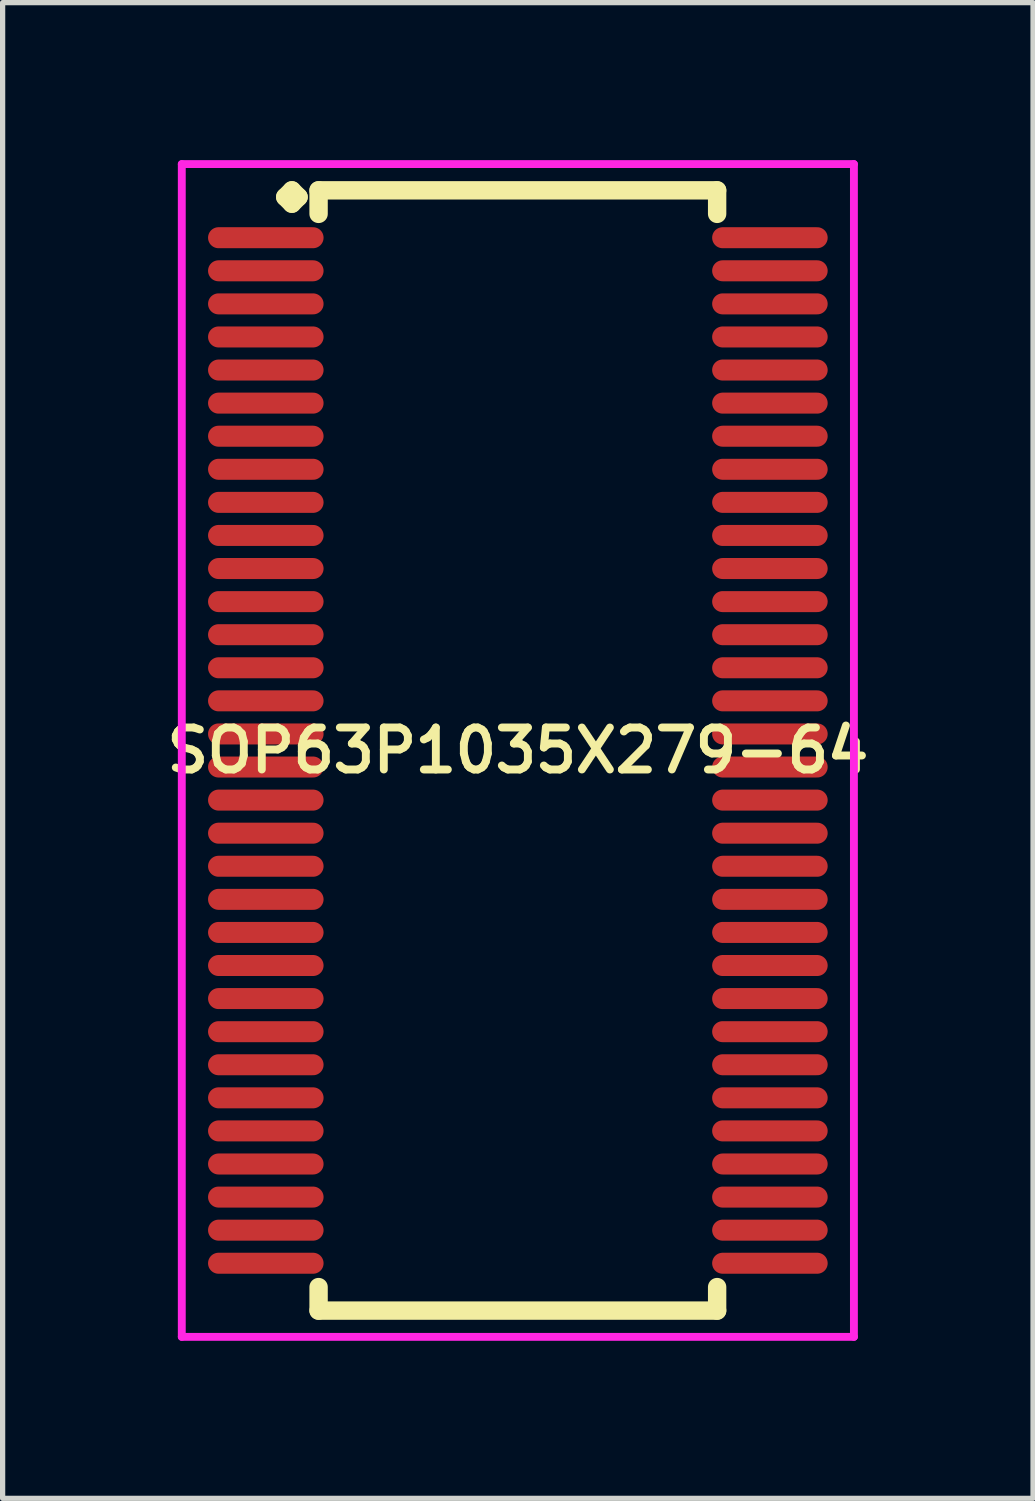
<source format=kicad_pcb>
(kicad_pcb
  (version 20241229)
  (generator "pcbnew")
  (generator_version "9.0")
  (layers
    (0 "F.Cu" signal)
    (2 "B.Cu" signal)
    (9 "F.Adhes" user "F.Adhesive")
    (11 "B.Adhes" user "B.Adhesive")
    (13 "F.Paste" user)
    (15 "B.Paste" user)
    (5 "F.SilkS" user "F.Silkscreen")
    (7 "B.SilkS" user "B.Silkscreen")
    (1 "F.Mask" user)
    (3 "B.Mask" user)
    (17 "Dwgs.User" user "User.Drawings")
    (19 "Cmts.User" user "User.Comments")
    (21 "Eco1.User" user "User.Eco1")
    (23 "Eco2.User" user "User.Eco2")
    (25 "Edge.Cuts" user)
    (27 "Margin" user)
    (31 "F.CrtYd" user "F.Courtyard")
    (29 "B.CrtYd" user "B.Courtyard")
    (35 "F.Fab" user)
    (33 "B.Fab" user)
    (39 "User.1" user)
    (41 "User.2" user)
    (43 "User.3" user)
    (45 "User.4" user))
  (footprint "SOP63P1035X279-64"
    (layer "F.Cu")
    (at 6.812 11.242)
    (property "Reference" "SOP63P1035X279-64" (at 0 0 0) (layer "F.SilkS") (effects (font (size 0.8 0.8) (thickness 0.15))))
    (attr through_hole)
    (fp_line (start -4.43 -10.54) (end -4.303 -10.667) (stroke (width 0.35) (type solid)) (layer "F.SilkS"))
    (fp_line (start -4.303 -10.667) (end -4.176 -10.54) (stroke (width 0.35) (type solid)) (layer "F.SilkS"))
    (fp_line (start -4.303 -10.413) (end -4.43 -10.54) (stroke (width 0.35) (type solid)) (layer "F.SilkS"))
    (fp_line (start -4.176 -10.54) (end -4.303 -10.413) (stroke (width 0.35) (type solid)) (layer "F.SilkS"))
    (fp_line (start -3.795 -10.667) (end 3.795 -10.667) (stroke (width 0.35) (type solid)) (layer "F.SilkS"))
    (fp_line (start -3.795 -10.219) (end -3.795 -10.667) (stroke (width 0.35) (type solid)) (layer "F.SilkS"))
    (fp_line (start -3.795 10.219) (end -3.795 10.667) (stroke (width 0.35) (type solid)) (layer "F.SilkS"))
    (fp_line (start -3.795 10.667) (end 3.795 10.667) (stroke (width 0.35) (type solid)) (layer "F.SilkS"))
    (fp_line (start 3.795 -10.667) (end 3.795 -10.219) (stroke (width 0.35) (type solid)) (layer "F.SilkS"))
    (fp_line (start 3.795 10.667) (end 3.795 10.219) (stroke (width 0.35) (type solid)) (layer "F.SilkS"))
    (fp_line (start -6.4 -11.167) (end 6.4 -11.167) (stroke (width 0.15) (type solid)) (layer "F.CrtYd"))
    (fp_line (start -6.4 11.167) (end -6.4 -11.167) (stroke (width 0.15) (type solid)) (layer "F.CrtYd"))
    (fp_line (start 6.4 -11.167) (end 6.4 11.167) (stroke (width 0.15) (type solid)) (layer "F.CrtYd"))
    (fp_line (start 6.4 11.167) (end -6.4 11.167) (stroke (width 0.15) (type solid)) (layer "F.CrtYd"))
    (pad "1" smd oval (at -4.8 -9.765) (size 2.2 0.4) (layers "F.Cu" "F.Mask" "F.Paste"))
    (pad "2" smd oval (at -4.8 -9.135) (size 2.2 0.4) (layers "F.Cu" "F.Mask" "F.Paste"))
    (pad "3" smd oval (at -4.8 -8.505) (size 2.2 0.4) (layers "F.Cu" "F.Mask" "F.Paste"))
    (pad "4" smd oval (at -4.8 -7.875) (size 2.2 0.4) (layers "F.Cu" "F.Mask" "F.Paste"))
    (pad "5" smd oval (at -4.8 -7.245) (size 2.2 0.4) (layers "F.Cu" "F.Mask" "F.Paste"))
    (pad "6" smd oval (at -4.8 -6.615) (size 2.2 0.4) (layers "F.Cu" "F.Mask" "F.Paste"))
    (pad "7" smd oval (at -4.8 -5.985) (size 2.2 0.4) (layers "F.Cu" "F.Mask" "F.Paste"))
    (pad "8" smd oval (at -4.8 -5.355) (size 2.2 0.4) (layers "F.Cu" "F.Mask" "F.Paste"))
    (pad "9" smd oval (at -4.8 -4.725) (size 2.2 0.4) (layers "F.Cu" "F.Mask" "F.Paste"))
    (pad "10" smd oval (at -4.8 -4.095) (size 2.2 0.4) (layers "F.Cu" "F.Mask" "F.Paste"))
    (pad "11" smd oval (at -4.8 -3.465) (size 2.2 0.4) (layers "F.Cu" "F.Mask" "F.Paste"))
    (pad "12" smd oval (at -4.8 -2.835) (size 2.2 0.4) (layers "F.Cu" "F.Mask" "F.Paste"))
    (pad "13" smd oval (at -4.8 -2.205) (size 2.2 0.4) (layers "F.Cu" "F.Mask" "F.Paste"))
    (pad "14" smd oval (at -4.8 -1.575) (size 2.2 0.4) (layers "F.Cu" "F.Mask" "F.Paste"))
    (pad "15" smd oval (at -4.8 -0.945) (size 2.2 0.4) (layers "F.Cu" "F.Mask" "F.Paste"))
    (pad "16" smd oval (at -4.8 -0.315) (size 2.2 0.4) (layers "F.Cu" "F.Mask" "F.Paste"))
    (pad "17" smd oval (at -4.8 0.315) (size 2.2 0.4) (layers "F.Cu" "F.Mask" "F.Paste"))
    (pad "18" smd oval (at -4.8 0.945) (size 2.2 0.4) (layers "F.Cu" "F.Mask" "F.Paste"))
    (pad "19" smd oval (at -4.8 1.575) (size 2.2 0.4) (layers "F.Cu" "F.Mask" "F.Paste"))
    (pad "20" smd oval (at -4.8 2.205) (size 2.2 0.4) (layers "F.Cu" "F.Mask" "F.Paste"))
    (pad "21" smd oval (at -4.8 2.835) (size 2.2 0.4) (layers "F.Cu" "F.Mask" "F.Paste"))
    (pad "22" smd oval (at -4.8 3.465) (size 2.2 0.4) (layers "F.Cu" "F.Mask" "F.Paste"))
    (pad "23" smd oval (at -4.8 4.095) (size 2.2 0.4) (layers "F.Cu" "F.Mask" "F.Paste"))
    (pad "24" smd oval (at -4.8 4.725) (size 2.2 0.4) (layers "F.Cu" "F.Mask" "F.Paste"))
    (pad "25" smd oval (at -4.8 5.355) (size 2.2 0.4) (layers "F.Cu" "F.Mask" "F.Paste"))
    (pad "26" smd oval (at -4.8 5.985) (size 2.2 0.4) (layers "F.Cu" "F.Mask" "F.Paste"))
    (pad "27" smd oval (at -4.8 6.615) (size 2.2 0.4) (layers "F.Cu" "F.Mask" "F.Paste"))
    (pad "28" smd oval (at -4.8 7.245) (size 2.2 0.4) (layers "F.Cu" "F.Mask" "F.Paste"))
    (pad "29" smd oval (at -4.8 7.875) (size 2.2 0.4) (layers "F.Cu" "F.Mask" "F.Paste"))
    (pad "30" smd oval (at -4.8 8.505) (size 2.2 0.4) (layers "F.Cu" "F.Mask" "F.Paste"))
    (pad "31" smd oval (at -4.8 9.135) (size 2.2 0.4) (layers "F.Cu" "F.Mask" "F.Paste"))
    (pad "32" smd oval (at -4.8 9.765) (size 2.2 0.4) (layers "F.Cu" "F.Mask" "F.Paste"))
    (pad "33" smd oval (at 4.8 9.765) (size 2.2 0.4) (layers "F.Cu" "F.Mask" "F.Paste"))
    (pad "34" smd oval (at 4.8 9.135) (size 2.2 0.4) (layers "F.Cu" "F.Mask" "F.Paste"))
    (pad "35" smd oval (at 4.8 8.505) (size 2.2 0.4) (layers "F.Cu" "F.Mask" "F.Paste"))
    (pad "36" smd oval (at 4.8 7.875) (size 2.2 0.4) (layers "F.Cu" "F.Mask" "F.Paste"))
    (pad "37" smd oval (at 4.8 7.245) (size 2.2 0.4) (layers "F.Cu" "F.Mask" "F.Paste"))
    (pad "38" smd oval (at 4.8 6.615) (size 2.2 0.4) (layers "F.Cu" "F.Mask" "F.Paste"))
    (pad "39" smd oval (at 4.8 5.985) (size 2.2 0.4) (layers "F.Cu" "F.Mask" "F.Paste"))
    (pad "40" smd oval (at 4.8 5.355) (size 2.2 0.4) (layers "F.Cu" "F.Mask" "F.Paste"))
    (pad "41" smd oval (at 4.8 4.725) (size 2.2 0.4) (layers "F.Cu" "F.Mask" "F.Paste"))
    (pad "42" smd oval (at 4.8 4.095) (size 2.2 0.4) (layers "F.Cu" "F.Mask" "F.Paste"))
    (pad "43" smd oval (at 4.8 3.465) (size 2.2 0.4) (layers "F.Cu" "F.Mask" "F.Paste"))
    (pad "44" smd oval (at 4.8 2.835) (size 2.2 0.4) (layers "F.Cu" "F.Mask" "F.Paste"))
    (pad "45" smd oval (at 4.8 2.205) (size 2.2 0.4) (layers "F.Cu" "F.Mask" "F.Paste"))
    (pad "46" smd oval (at 4.8 1.575) (size 2.2 0.4) (layers "F.Cu" "F.Mask" "F.Paste"))
    (pad "47" smd oval (at 4.8 0.945) (size 2.2 0.4) (layers "F.Cu" "F.Mask" "F.Paste"))
    (pad "48" smd oval (at 4.8 0.315) (size 2.2 0.4) (layers "F.Cu" "F.Mask" "F.Paste"))
    (pad "49" smd oval (at 4.8 -0.315) (size 2.2 0.4) (layers "F.Cu" "F.Mask" "F.Paste"))
    (pad "50" smd oval (at 4.8 -0.945) (size 2.2 0.4) (layers "F.Cu" "F.Mask" "F.Paste"))
    (pad "51" smd oval (at 4.8 -1.575) (size 2.2 0.4) (layers "F.Cu" "F.Mask" "F.Paste"))
    (pad "52" smd oval (at 4.8 -2.205) (size 2.2 0.4) (layers "F.Cu" "F.Mask" "F.Paste"))
    (pad "53" smd oval (at 4.8 -2.835) (size 2.2 0.4) (layers "F.Cu" "F.Mask" "F.Paste"))
    (pad "54" smd oval (at 4.8 -3.465) (size 2.2 0.4) (layers "F.Cu" "F.Mask" "F.Paste"))
    (pad "55" smd oval (at 4.8 -4.095) (size 2.2 0.4) (layers "F.Cu" "F.Mask" "F.Paste"))
    (pad "56" smd oval (at 4.8 -4.725) (size 2.2 0.4) (layers "F.Cu" "F.Mask" "F.Paste"))
    (pad "57" smd oval (at 4.8 -5.355) (size 2.2 0.4) (layers "F.Cu" "F.Mask" "F.Paste"))
    (pad "58" smd oval (at 4.8 -5.985) (size 2.2 0.4) (layers "F.Cu" "F.Mask" "F.Paste"))
    (pad "59" smd oval (at 4.8 -6.615) (size 2.2 0.4) (layers "F.Cu" "F.Mask" "F.Paste"))
    (pad "60" smd oval (at 4.8 -7.245) (size 2.2 0.4) (layers "F.Cu" "F.Mask" "F.Paste"))
    (pad "61" smd oval (at 4.8 -7.875) (size 2.2 0.4) (layers "F.Cu" "F.Mask" "F.Paste"))
    (pad "62" smd oval (at 4.8 -8.505) (size 2.2 0.4) (layers "F.Cu" "F.Mask" "F.Paste"))
    (pad "63" smd oval (at 4.8 -9.135) (size 2.2 0.4) (layers "F.Cu" "F.Mask" "F.Paste"))
    (pad "64" smd oval (at 4.8 -9.765) (size 2.2 0.4) (layers "F.Cu" "F.Mask" "F.Paste")))
  (gr_rect
    (start -3 -3)
    (end 16.623 25.484)
    (stroke (width 0.1) (type default))
    (fill no)
    (layer "Edge.Cuts")))
</source>
